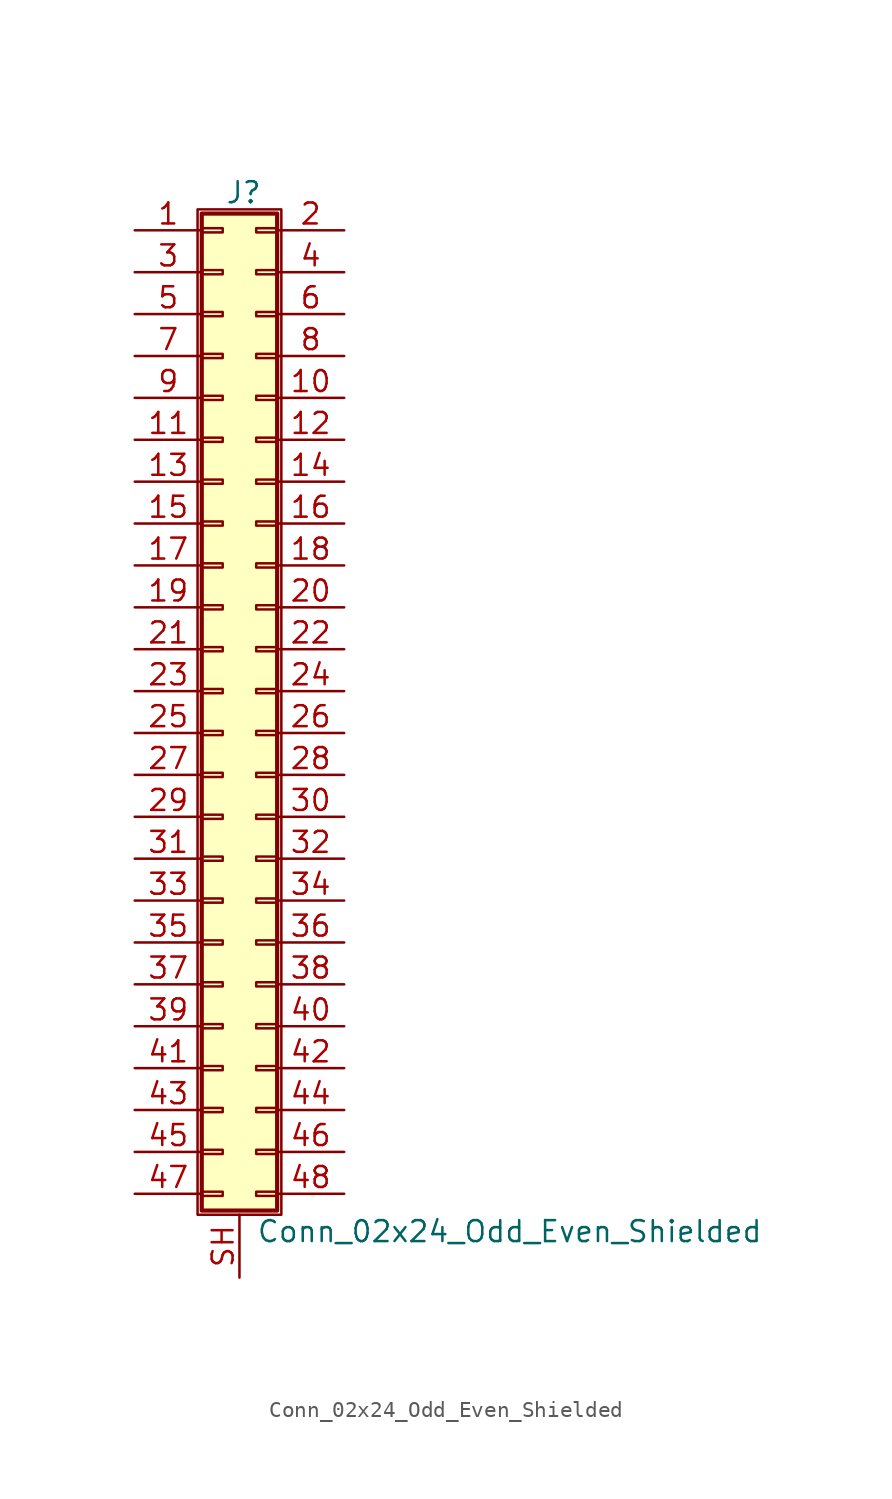
<source format=kicad_sym>
(kicad_symbol_lib
  (version 20201005)
  (generator kicad_symbol_editor)
  (symbol "Conn_02x24_Odd_Even_Shielded"
    (pin_names
      (offset 1.016) hide)
    (property "Reference" "J"
      (at 1.524 30.226 0)
      (effects (font (size 1.27 1.27))))
    (property "Value" "Conn_02x24_Odd_Even_Shielded"
      (at 2.286 -32.766 0)
      (effects (font (size 1.27 1.27)) (justify left)))
    (symbol "Conn_02x24_Odd_Even_Shielded_1_1"
      (rectangle (start -1.27 29.21) (end 3.81 -31.75) (stroke (width 0.152)) (fill (type none)))
      (rectangle (start -1.016 -30.353) (end 0.254 -30.607) (stroke (width 0.152)) (fill (type none)))
      (rectangle (start -1.016 -27.813) (end 0.254 -28.067) (stroke (width 0.152)) (fill (type none)))
      (rectangle (start -1.016 -25.273) (end 0.254 -25.527) (stroke (width 0.152)) (fill (type none)))
      (rectangle (start -1.016 -22.733) (end 0.254 -22.987) (stroke (width 0.152)) (fill (type none)))
      (rectangle (start -1.016 -20.193) (end 0.254 -20.447) (stroke (width 0.152)) (fill (type none)))
      (rectangle (start -1.016 -17.653) (end 0.254 -17.907) (stroke (width 0.152)) (fill (type none)))
      (rectangle (start -1.016 -15.113) (end 0.254 -15.367) (stroke (width 0.152)) (fill (type none)))
      (rectangle (start -1.016 -12.573) (end 0.254 -12.827) (stroke (width 0.152)) (fill (type none)))
      (rectangle (start -1.016 -10.033) (end 0.254 -10.287) (stroke (width 0.152)) (fill (type none)))
      (rectangle (start -1.016 -7.493) (end 0.254 -7.747) (stroke (width 0.152)) (fill (type none)))
      (rectangle (start -1.016 -4.953) (end 0.254 -5.207) (stroke (width 0.152)) (fill (type none)))
      (rectangle (start -1.016 -2.413) (end 0.254 -2.667) (stroke (width 0.152)) (fill (type none)))
      (rectangle (start -1.016 0.127) (end 0.254 -0.127) (stroke (width 0.152)) (fill (type none)))
      (rectangle (start -1.016 2.667) (end 0.254 2.413) (stroke (width 0.152)) (fill (type none)))
      (rectangle (start -1.016 5.207) (end 0.254 4.953) (stroke (width 0.152)) (fill (type none)))
      (rectangle (start -1.016 7.747) (end 0.254 7.493) (stroke (width 0.152)) (fill (type none)))
      (rectangle (start -1.016 10.287) (end 0.254 10.033) (stroke (width 0.152)) (fill (type none)))
      (rectangle (start -1.016 12.827) (end 0.254 12.573) (stroke (width 0.152)) (fill (type none)))
      (rectangle (start -1.016 15.367) (end 0.254 15.113) (stroke (width 0.152)) (fill (type none)))
      (rectangle (start -1.016 17.907) (end 0.254 17.653) (stroke (width 0.152)) (fill (type none)))
      (rectangle (start -1.016 20.447) (end 0.254 20.193) (stroke (width 0.152)) (fill (type none)))
      (rectangle (start -1.016 22.987) (end 0.254 22.733) (stroke (width 0.152)) (fill (type none)))
      (rectangle (start -1.016 25.527) (end 0.254 25.273) (stroke (width 0.152)) (fill (type none)))
      (rectangle (start -1.016 28.067) (end 0.254 27.813) (stroke (width 0.152)) (fill (type none)))
      (rectangle (start 3.556 -30.353) (end 2.286 -30.607) (stroke (width 0.152)) (fill (type none)))
      (rectangle (start 3.556 -27.813) (end 2.286 -28.067) (stroke (width 0.152)) (fill (type none)))
      (rectangle (start 3.556 -25.273) (end 2.286 -25.527) (stroke (width 0.152)) (fill (type none)))
      (rectangle (start 3.556 -22.733) (end 2.286 -22.987) (stroke (width 0.152)) (fill (type none)))
      (rectangle (start 3.556 -20.193) (end 2.286 -20.447) (stroke (width 0.152)) (fill (type none)))
      (rectangle (start 3.556 -17.653) (end 2.286 -17.907) (stroke (width 0.152)) (fill (type none)))
      (rectangle (start 3.556 -15.113) (end 2.286 -15.367) (stroke (width 0.152)) (fill (type none)))
      (rectangle (start 3.556 -12.573) (end 2.286 -12.827) (stroke (width 0.152)) (fill (type none)))
      (rectangle (start 3.556 -10.033) (end 2.286 -10.287) (stroke (width 0.152)) (fill (type none)))
      (rectangle (start 3.556 -7.493) (end 2.286 -7.747) (stroke (width 0.152)) (fill (type none)))
      (rectangle (start 3.556 -4.953) (end 2.286 -5.207) (stroke (width 0.152)) (fill (type none)))
      (rectangle (start 3.556 -2.413) (end 2.286 -2.667) (stroke (width 0.152)) (fill (type none)))
      (rectangle (start 3.556 0.127) (end 2.286 -0.127) (stroke (width 0.152)) (fill (type none)))
      (rectangle (start 3.556 2.667) (end 2.286 2.413) (stroke (width 0.152)) (fill (type none)))
      (rectangle (start 3.556 5.207) (end 2.286 4.953) (stroke (width 0.152)) (fill (type none)))
      (rectangle (start 3.556 7.747) (end 2.286 7.493) (stroke (width 0.152)) (fill (type none)))
      (rectangle (start 3.556 10.287) (end 2.286 10.033) (stroke (width 0.152)) (fill (type none)))
      (rectangle (start 3.556 12.827) (end 2.286 12.573) (stroke (width 0.152)) (fill (type none)))
      (rectangle (start 3.556 15.367) (end 2.286 15.113) (stroke (width 0.152)) (fill (type none)))
      (rectangle (start 3.556 17.907) (end 2.286 17.653) (stroke (width 0.152)) (fill (type none)))
      (rectangle (start 3.556 20.447) (end 2.286 20.193) (stroke (width 0.152)) (fill (type none)))
      (rectangle (start 3.556 22.987) (end 2.286 22.733) (stroke (width 0.152)) (fill (type none)))
      (rectangle (start 3.556 25.527) (end 2.286 25.273) (stroke (width 0.152)) (fill (type none)))
      (rectangle (start 3.556 28.067) (end 2.286 27.813) (stroke (width 0.152)) (fill (type none)))
      (rectangle (start -1.016 28.956) (end 3.556 -31.496) (stroke (width 0.254)) (fill (type background)))
      (pin passive line (at -5.08 27.94 0) (length 4.064) (name "Pin_1" (effects (font (size 1.27 1.27)))) (number "1" (effects (font (size 1.27 1.27)))))
      (pin passive line (at 7.62 17.78 180) (length 4.064) (name "Pin_10" (effects (font (size 1.27 1.27)))) (number "10" (effects (font (size 1.27 1.27)))))
      (pin passive line (at -5.08 15.24 0) (length 4.064) (name "Pin_11" (effects (font (size 1.27 1.27)))) (number "11" (effects (font (size 1.27 1.27)))))
      (pin passive line (at 7.62 15.24 180) (length 4.064) (name "Pin_12" (effects (font (size 1.27 1.27)))) (number "12" (effects (font (size 1.27 1.27)))))
      (pin passive line (at -5.08 12.7 0) (length 4.064) (name "Pin_13" (effects (font (size 1.27 1.27)))) (number "13" (effects (font (size 1.27 1.27)))))
      (pin passive line (at 7.62 12.7 180) (length 4.064) (name "Pin_14" (effects (font (size 1.27 1.27)))) (number "14" (effects (font (size 1.27 1.27)))))
      (pin passive line (at -5.08 10.16 0) (length 4.064) (name "Pin_15" (effects (font (size 1.27 1.27)))) (number "15" (effects (font (size 1.27 1.27)))))
      (pin passive line (at 7.62 10.16 180) (length 4.064) (name "Pin_16" (effects (font (size 1.27 1.27)))) (number "16" (effects (font (size 1.27 1.27)))))
      (pin passive line (at -5.08 7.62 0) (length 4.064) (name "Pin_17" (effects (font (size 1.27 1.27)))) (number "17" (effects (font (size 1.27 1.27)))))
      (pin passive line (at 7.62 7.62 180) (length 4.064) (name "Pin_18" (effects (font (size 1.27 1.27)))) (number "18" (effects (font (size 1.27 1.27)))))
      (pin passive line (at -5.08 5.08 0) (length 4.064) (name "Pin_19" (effects (font (size 1.27 1.27)))) (number "19" (effects (font (size 1.27 1.27)))))
      (pin passive line (at 7.62 27.94 180) (length 4.064) (name "Pin_2" (effects (font (size 1.27 1.27)))) (number "2" (effects (font (size 1.27 1.27)))))
      (pin passive line (at 7.62 5.08 180) (length 4.064) (name "Pin_20" (effects (font (size 1.27 1.27)))) (number "20" (effects (font (size 1.27 1.27)))))
      (pin passive line (at -5.08 2.54 0) (length 4.064) (name "Pin_21" (effects (font (size 1.27 1.27)))) (number "21" (effects (font (size 1.27 1.27)))))
      (pin passive line (at 7.62 2.54 180) (length 4.064) (name "Pin_22" (effects (font (size 1.27 1.27)))) (number "22" (effects (font (size 1.27 1.27)))))
      (pin passive line (at -5.08 0 0) (length 4.064) (name "Pin_23" (effects (font (size 1.27 1.27)))) (number "23" (effects (font (size 1.27 1.27)))))
      (pin passive line (at 7.62 0 180) (length 4.064) (name "Pin_24" (effects (font (size 1.27 1.27)))) (number "24" (effects (font (size 1.27 1.27)))))
      (pin passive line (at -5.08 -2.54 0) (length 4.064) (name "Pin_25" (effects (font (size 1.27 1.27)))) (number "25" (effects (font (size 1.27 1.27)))))
      (pin passive line (at 7.62 -2.54 180) (length 4.064) (name "Pin_26" (effects (font (size 1.27 1.27)))) (number "26" (effects (font (size 1.27 1.27)))))
      (pin passive line (at -5.08 -5.08 0) (length 4.064) (name "Pin_27" (effects (font (size 1.27 1.27)))) (number "27" (effects (font (size 1.27 1.27)))))
      (pin passive line (at 7.62 -5.08 180) (length 4.064) (name "Pin_28" (effects (font (size 1.27 1.27)))) (number "28" (effects (font (size 1.27 1.27)))))
      (pin passive line (at -5.08 -7.62 0) (length 4.064) (name "Pin_29" (effects (font (size 1.27 1.27)))) (number "29" (effects (font (size 1.27 1.27)))))
      (pin passive line (at -5.08 25.4 0) (length 4.064) (name "Pin_3" (effects (font (size 1.27 1.27)))) (number "3" (effects (font (size 1.27 1.27)))))
      (pin passive line (at 7.62 -7.62 180) (length 4.064) (name "Pin_30" (effects (font (size 1.27 1.27)))) (number "30" (effects (font (size 1.27 1.27)))))
      (pin passive line (at -5.08 -10.16 0) (length 4.064) (name "Pin_31" (effects (font (size 1.27 1.27)))) (number "31" (effects (font (size 1.27 1.27)))))
      (pin passive line (at 7.62 -10.16 180) (length 4.064) (name "Pin_32" (effects (font (size 1.27 1.27)))) (number "32" (effects (font (size 1.27 1.27)))))
      (pin passive line (at -5.08 -12.7 0) (length 4.064) (name "Pin_33" (effects (font (size 1.27 1.27)))) (number "33" (effects (font (size 1.27 1.27)))))
      (pin passive line (at 7.62 -12.7 180) (length 4.064) (name "Pin_34" (effects (font (size 1.27 1.27)))) (number "34" (effects (font (size 1.27 1.27)))))
      (pin passive line (at -5.08 -15.24 0) (length 4.064) (name "Pin_35" (effects (font (size 1.27 1.27)))) (number "35" (effects (font (size 1.27 1.27)))))
      (pin passive line (at 7.62 -15.24 180) (length 4.064) (name "Pin_36" (effects (font (size 1.27 1.27)))) (number "36" (effects (font (size 1.27 1.27)))))
      (pin passive line (at -5.08 -17.78 0) (length 4.064) (name "Pin_37" (effects (font (size 1.27 1.27)))) (number "37" (effects (font (size 1.27 1.27)))))
      (pin passive line (at 7.62 -17.78 180) (length 4.064) (name "Pin_38" (effects (font (size 1.27 1.27)))) (number "38" (effects (font (size 1.27 1.27)))))
      (pin passive line (at -5.08 -20.32 0) (length 4.064) (name "Pin_39" (effects (font (size 1.27 1.27)))) (number "39" (effects (font (size 1.27 1.27)))))
      (pin passive line (at 7.62 25.4 180) (length 4.064) (name "Pin_4" (effects (font (size 1.27 1.27)))) (number "4" (effects (font (size 1.27 1.27)))))
      (pin passive line (at 7.62 -20.32 180) (length 4.064) (name "Pin_40" (effects (font (size 1.27 1.27)))) (number "40" (effects (font (size 1.27 1.27)))))
      (pin passive line (at -5.08 -22.86 0) (length 4.064) (name "Pin_41" (effects (font (size 1.27 1.27)))) (number "41" (effects (font (size 1.27 1.27)))))
      (pin passive line (at 7.62 -22.86 180) (length 4.064) (name "Pin_42" (effects (font (size 1.27 1.27)))) (number "42" (effects (font (size 1.27 1.27)))))
      (pin passive line (at -5.08 -25.4 0) (length 4.064) (name "Pin_43" (effects (font (size 1.27 1.27)))) (number "43" (effects (font (size 1.27 1.27)))))
      (pin passive line (at 7.62 -25.4 180) (length 4.064) (name "Pin_44" (effects (font (size 1.27 1.27)))) (number "44" (effects (font (size 1.27 1.27)))))
      (pin passive line (at -5.08 -27.94 0) (length 4.064) (name "Pin_45" (effects (font (size 1.27 1.27)))) (number "45" (effects (font (size 1.27 1.27)))))
      (pin passive line (at 7.62 -27.94 180) (length 4.064) (name "Pin_46" (effects (font (size 1.27 1.27)))) (number "46" (effects (font (size 1.27 1.27)))))
      (pin passive line (at -5.08 -30.48 0) (length 4.064) (name "Pin_47" (effects (font (size 1.27 1.27)))) (number "47" (effects (font (size 1.27 1.27)))))
      (pin passive line (at 7.62 -30.48 180) (length 4.064) (name "Pin_48" (effects (font (size 1.27 1.27)))) (number "48" (effects (font (size 1.27 1.27)))))
      (pin passive line (at -5.08 22.86 0) (length 4.064) (name "Pin_5" (effects (font (size 1.27 1.27)))) (number "5" (effects (font (size 1.27 1.27)))))
      (pin passive line (at 7.62 22.86 180) (length 4.064) (name "Pin_6" (effects (font (size 1.27 1.27)))) (number "6" (effects (font (size 1.27 1.27)))))
      (pin passive line (at -5.08 20.32 0) (length 4.064) (name "Pin_7" (effects (font (size 1.27 1.27)))) (number "7" (effects (font (size 1.27 1.27)))))
      (pin passive line (at 7.62 20.32 180) (length 4.064) (name "Pin_8" (effects (font (size 1.27 1.27)))) (number "8" (effects (font (size 1.27 1.27)))))
      (pin passive line (at -5.08 17.78 0) (length 4.064) (name "Pin_9" (effects (font (size 1.27 1.27)))) (number "9" (effects (font (size 1.27 1.27)))))
      (pin passive line (at 1.27 -35.56 90) (length 3.81) (name "Shield" (effects (font (size 1.27 1.27)))) (number "SH" (effects (font (size 1.27 1.27))))))))
</source>
